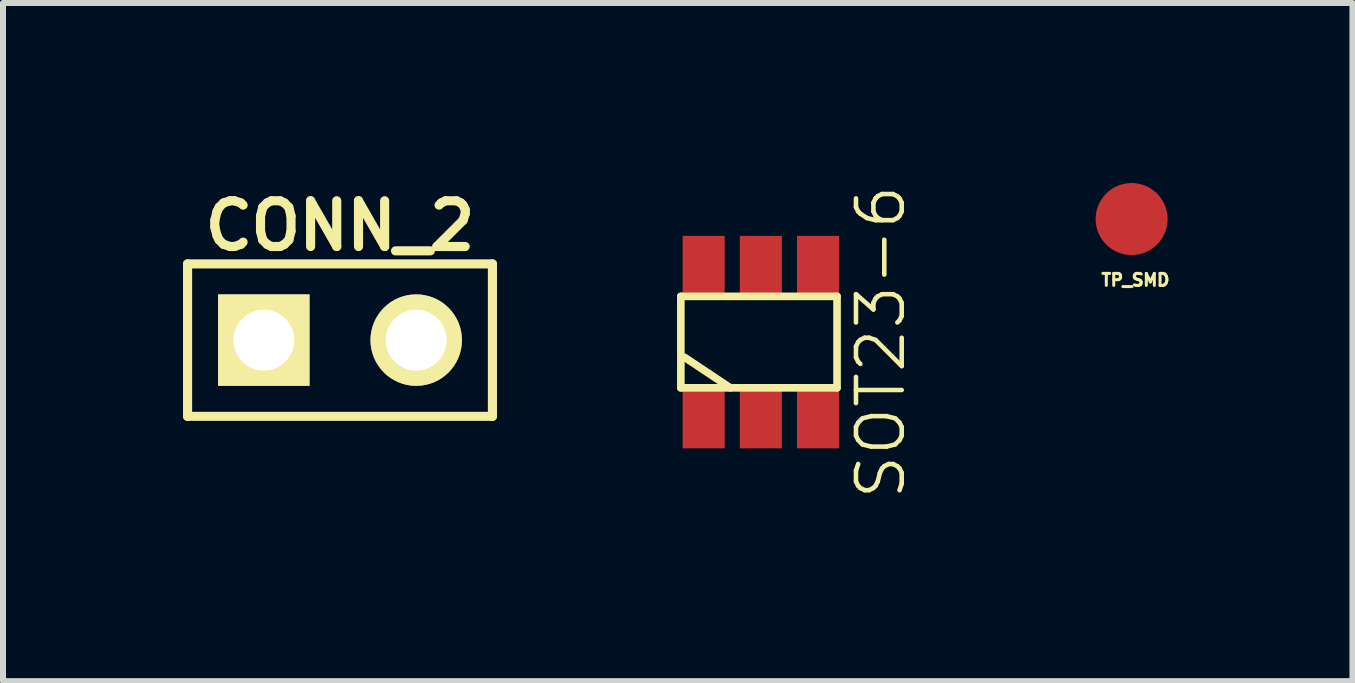
<source format=kicad_pcb>
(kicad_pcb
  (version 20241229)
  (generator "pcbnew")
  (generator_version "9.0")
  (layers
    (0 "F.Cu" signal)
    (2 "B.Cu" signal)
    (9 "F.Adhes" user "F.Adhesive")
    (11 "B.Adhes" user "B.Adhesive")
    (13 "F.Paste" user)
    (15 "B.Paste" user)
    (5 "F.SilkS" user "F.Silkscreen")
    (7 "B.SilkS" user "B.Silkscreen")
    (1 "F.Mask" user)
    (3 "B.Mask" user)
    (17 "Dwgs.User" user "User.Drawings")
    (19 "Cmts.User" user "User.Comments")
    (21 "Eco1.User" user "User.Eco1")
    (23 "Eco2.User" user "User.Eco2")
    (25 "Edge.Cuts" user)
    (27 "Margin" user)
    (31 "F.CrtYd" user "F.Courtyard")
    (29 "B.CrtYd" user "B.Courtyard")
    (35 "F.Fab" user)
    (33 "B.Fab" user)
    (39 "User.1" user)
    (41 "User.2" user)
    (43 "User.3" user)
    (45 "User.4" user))
  (footprint "TP_SMD"
    (layer "F.Cu")
    (at 15.808 0.6)
    (property "Reference" "TP_SMD" (at 0.064 1.016 0) (layer "F.SilkS") (effects (font (size 0.2 0.2) (thickness 0.05))))
    (attr through_hole)
    (pad "1" smd circle (at 0 0) (size 1.2 1.2) (layers "F.Cu" "F.Mask" "F.Paste")))
  (footprint "CONN_2"
    (layer "F.Cu")
    (at 2.616 2.618)
    (property "Reference" "CONN_2" (at 0 -1.905 0) (layer "F.SilkS") (effects (font (size 0.762 0.762) (thickness 0.152))))
    (attr through_hole)
    (fp_line (start -2.54 -1.27) (end 2.54 -1.27) (stroke (width 0.152) (type solid)) (layer "F.SilkS"))
    (fp_line (start -2.54 1.27) (end -2.54 -1.27) (stroke (width 0.152) (type solid)) (layer "F.SilkS"))
    (fp_line (start 2.54 -1.27) (end 2.54 1.27) (stroke (width 0.152) (type solid)) (layer "F.SilkS"))
    (fp_line (start 2.54 1.27) (end -2.54 1.27) (stroke (width 0.152) (type solid)) (layer "F.SilkS"))
    (pad "1" thru_hole rect (at -1.27 0) (size 1.524 1.524) (drill 1.016) (layers "*.Cu" "*.Mask" "F.SilkS"))
    (pad "2" thru_hole circle (at 1.27 0) (size 1.524 1.524) (drill 1.016) (layers "*.Cu" "*.Mask" "F.SilkS")))
  (footprint "SOT23-6"
    (layer "F.Cu")
    (at 9.629 2.651)
    (property "Reference" "SOT23-6" (at 1.999 0 90) (layer "F.SilkS") (effects (font (size 0.762 0.762) (thickness 0.076))))
    (attr through_hole)
    (fp_line (start -1.333 -0.762) (end 1.27 -0.762) (stroke (width 0.127) (type solid)) (layer "F.SilkS"))
    (fp_line (start -1.333 0.762) (end -1.333 -0.762) (stroke (width 0.127) (type solid)) (layer "F.SilkS"))
    (fp_line (start -0.508 0.762) (end -1.27 0.254) (stroke (width 0.127) (type solid)) (layer "F.SilkS"))
    (fp_line (start 1.27 -0.762) (end 1.27 0.762) (stroke (width 0.127) (type solid)) (layer "F.SilkS"))
    (fp_line (start 1.27 0.762) (end -1.333 0.762) (stroke (width 0.127) (type solid)) (layer "F.SilkS"))
    (pad "1" smd rect (at -0.953 1.27) (size 0.701 1.001) (layers "F.Cu" "F.Mask" "F.Paste"))
    (pad "2" smd rect (at 0 1.27) (size 0.701 1.001) (layers "F.Cu" "F.Mask" "F.Paste"))
    (pad "3" smd rect (at 0.953 1.27) (size 0.701 1.001) (layers "F.Cu" "F.Mask" "F.Paste"))
    (pad "4" smd rect (at 0.953 -1.27) (size 0.701 1.001) (layers "F.Cu" "F.Mask" "F.Paste"))
    (pad "5" smd rect (at 0 -1.27) (size 0.701 1.001) (layers "F.Cu" "F.Mask" "F.Paste"))
    (pad "6" smd rect (at -0.953 -1.27) (size 0.701 1.001) (layers "F.Cu" "F.Mask" "F.Paste")))
  (gr_rect
    (start -3 -3)
    (end 19.488 8.301)
    (stroke (width 0.1) (type default))
    (fill no)
    (layer "Edge.Cuts")))
</source>
